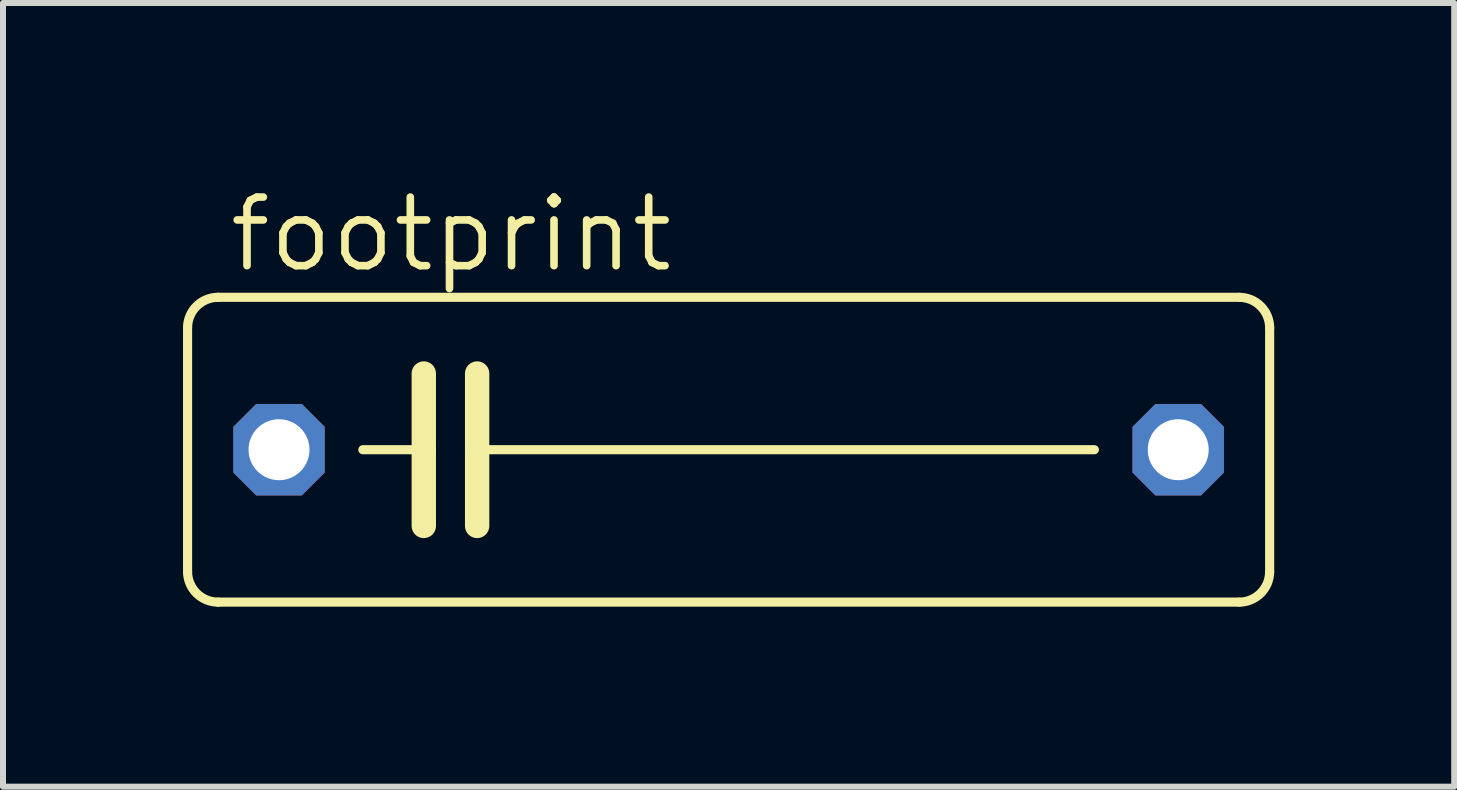
<source format=kicad_pcb>
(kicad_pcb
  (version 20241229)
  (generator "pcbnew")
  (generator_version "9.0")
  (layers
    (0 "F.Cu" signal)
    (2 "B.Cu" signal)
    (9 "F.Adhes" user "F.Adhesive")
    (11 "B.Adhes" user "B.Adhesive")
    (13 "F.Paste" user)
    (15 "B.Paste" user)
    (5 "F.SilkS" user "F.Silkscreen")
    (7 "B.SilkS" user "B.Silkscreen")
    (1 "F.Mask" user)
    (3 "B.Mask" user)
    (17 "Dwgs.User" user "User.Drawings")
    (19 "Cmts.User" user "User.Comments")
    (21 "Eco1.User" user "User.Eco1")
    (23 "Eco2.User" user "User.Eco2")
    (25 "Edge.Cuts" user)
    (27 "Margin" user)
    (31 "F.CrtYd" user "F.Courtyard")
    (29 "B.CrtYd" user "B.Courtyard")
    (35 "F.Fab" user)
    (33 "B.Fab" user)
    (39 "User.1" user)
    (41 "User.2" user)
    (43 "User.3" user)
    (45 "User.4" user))
  (footprint "footprint"
    (layer "F.Cu")
    (at 9.093 4.445)
    (property "Reference" "footprint" (at -8.382 -2.921 0) (layer "F.SilkS") (effects (font (size 1.143 1.143) (thickness 0.127)) (justify left bottom)))
    (fp_line (start -9.017 2.032) (end -9.017 -2.032) (stroke (width 0.152) (type solid)) (layer "F.SilkS"))
    (fp_line (start -8.509 -2.54) (end 8.509 -2.54) (stroke (width 0.152) (type solid)) (layer "F.SilkS"))
    (fp_line (start -5.08 -1.27) (end -5.08 0) (stroke (width 0.406) (type solid)) (layer "F.SilkS"))
    (fp_line (start -5.08 0) (end -6.096 0) (stroke (width 0.152) (type solid)) (layer "F.SilkS"))
    (fp_line (start -5.08 0) (end -5.08 1.27) (stroke (width 0.406) (type solid)) (layer "F.SilkS"))
    (fp_line (start -4.191 -1.27) (end -4.191 0) (stroke (width 0.406) (type solid)) (layer "F.SilkS"))
    (fp_line (start -4.191 0) (end -4.191 1.27) (stroke (width 0.406) (type solid)) (layer "F.SilkS"))
    (fp_line (start -4.191 0) (end 6.096 0) (stroke (width 0.152) (type solid)) (layer "F.SilkS"))
    (fp_line (start 8.509 2.54) (end -8.509 2.54) (stroke (width 0.152) (type solid)) (layer "F.SilkS"))
    (fp_line (start 9.017 -2.032) (end 9.017 2.032) (stroke (width 0.152) (type solid)) (layer "F.SilkS"))
    (fp_arc (start -9.017 -2.032) (mid -8.86821 -2.39121) (end -8.509 -2.54) (stroke (width 0.1524) (type solid)) (layer "F.SilkS"))
    (fp_arc (start -8.509 2.54) (mid -8.86821 2.39121) (end -9.017 2.032) (stroke (width 0.1524) (type solid)) (layer "F.SilkS"))
    (fp_arc (start 8.509 -2.54) (mid 8.86821 -2.39121) (end 9.017 -2.032) (stroke (width 0.1524) (type solid)) (layer "F.SilkS"))
    (fp_arc (start 9.017 2.032) (mid 8.86821 2.39121) (end 8.509 2.54) (stroke (width 0.1524) (type solid)) (layer "F.SilkS"))
    (pad "1" thru_hole roundrect (at -7.493 0) (size 1.524 1.524) (drill 1.016) (layers "*.Cu" "*.Mask") (roundrect_rratio 0.25) (chamfer_ratio 0.25) (chamfer top_left top_right bottom_left bottom_right))
    (pad "2" thru_hole roundrect (at 7.493 0) (size 1.524 1.524) (drill 1.016) (layers "*.Cu" "*.Mask") (roundrect_rratio 0.25) (chamfer_ratio 0.25) (chamfer top_left top_right bottom_left bottom_right)))
  (gr_rect
    (start -3 -3)
    (end 21.186 10.061)
    (stroke (width 0.1) (type default))
    (fill no)
    (layer "Edge.Cuts")))
</source>
